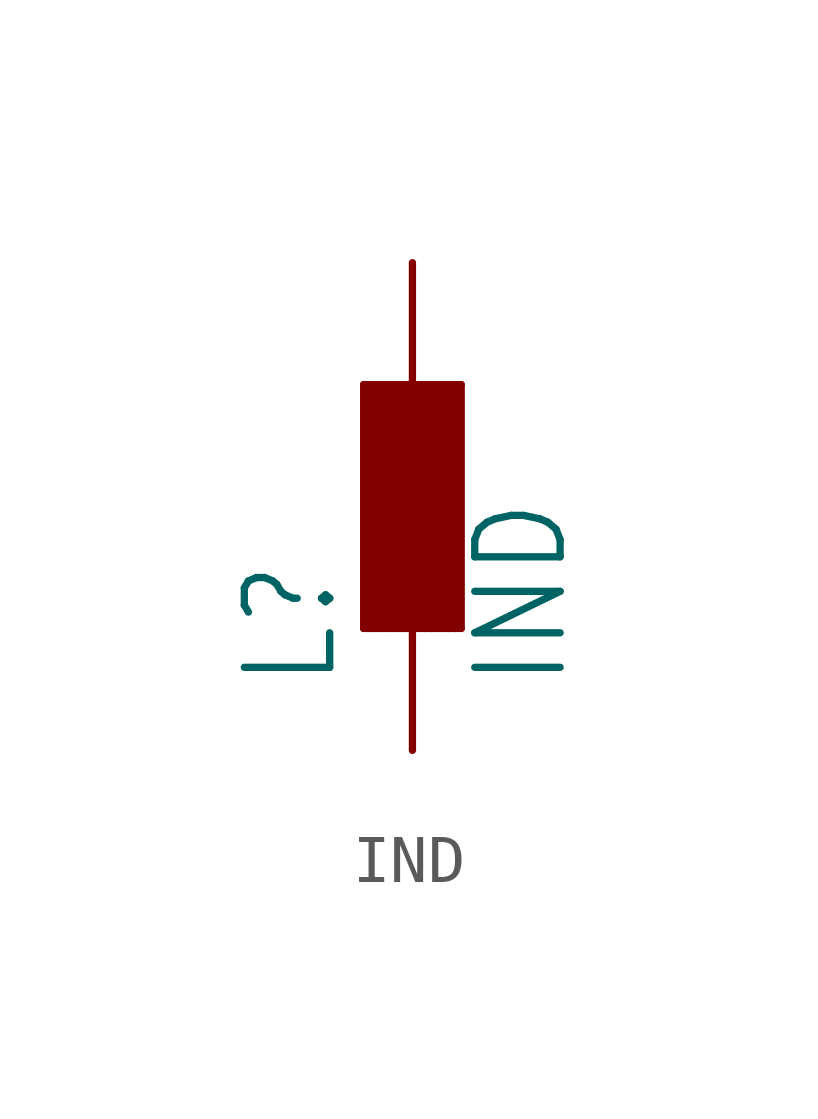
<source format=kicad_sym>
(kicad_symbol_lib
  (version 20211014)
  (generator kicad_symbol_editor)
  (symbol "IND"
    (property "Reference" "L"
      (at -1.499 -3.81 90)
      (effects (font (size 1.778 1.511)) (justify left bottom)))
    (property "Value" "IND"
      (at 3.302 -3.81 90)
      (effects (font (size 1.778 1.511)) (justify left bottom)))
    (property "ki_locked" ""
      (at 0 0 0)
      (effects (font (size 1.27 1.27))))
    (symbol "IND_1_0"
      (polyline (pts (xy -1.016 2.54) (xy -1.016 -2.54)) (stroke (width 0.152) (type default) (color 0 0 0 0)) (fill (type none)))
      (polyline (pts (xy -1.016 2.54) (xy -0.889 2.54)) (stroke (width 0.152) (type default) (color 0 0 0 0)) (fill (type none)))
      (polyline (pts (xy -0.889 -2.54) (xy -1.016 -2.54)) (stroke (width 0.152) (type default) (color 0 0 0 0)) (fill (type none)))
      (polyline (pts (xy -0.889 2.54) (xy -0.889 -2.54)) (stroke (width 0.152) (type default) (color 0 0 0 0)) (fill (type none)))
      (polyline (pts (xy -0.889 2.54) (xy -0.762 2.54)) (stroke (width 0.152) (type default) (color 0 0 0 0)) (fill (type none)))
      (polyline (pts (xy -0.762 -2.54) (xy -0.889 -2.54)) (stroke (width 0.152) (type default) (color 0 0 0 0)) (fill (type none)))
      (polyline (pts (xy -0.762 2.54) (xy -0.762 -2.54)) (stroke (width 0.152) (type default) (color 0 0 0 0)) (fill (type none)))
      (polyline (pts (xy -0.762 2.54) (xy -0.635 2.54)) (stroke (width 0.152) (type default) (color 0 0 0 0)) (fill (type none)))
      (polyline (pts (xy -0.635 -2.54) (xy -0.762 -2.54)) (stroke (width 0.152) (type default) (color 0 0 0 0)) (fill (type none)))
      (polyline (pts (xy -0.635 2.54) (xy -0.635 -2.54)) (stroke (width 0.152) (type default) (color 0 0 0 0)) (fill (type none)))
      (polyline (pts (xy -0.635 2.54) (xy -0.508 2.54)) (stroke (width 0.152) (type default) (color 0 0 0 0)) (fill (type none)))
      (polyline (pts (xy -0.508 -2.54) (xy -0.635 -2.54)) (stroke (width 0.152) (type default) (color 0 0 0 0)) (fill (type none)))
      (polyline (pts (xy -0.508 2.54) (xy -0.508 -2.54)) (stroke (width 0.152) (type default) (color 0 0 0 0)) (fill (type none)))
      (polyline (pts (xy -0.508 2.54) (xy -0.381 2.54)) (stroke (width 0.152) (type default) (color 0 0 0 0)) (fill (type none)))
      (polyline (pts (xy -0.381 -2.54) (xy -0.508 -2.54)) (stroke (width 0.152) (type default) (color 0 0 0 0)) (fill (type none)))
      (polyline (pts (xy -0.381 2.54) (xy -0.381 -2.54)) (stroke (width 0.152) (type default) (color 0 0 0 0)) (fill (type none)))
      (polyline (pts (xy -0.381 2.54) (xy -0.254 2.54)) (stroke (width 0.152) (type default) (color 0 0 0 0)) (fill (type none)))
      (polyline (pts (xy -0.254 -2.54) (xy -0.381 -2.54)) (stroke (width 0.152) (type default) (color 0 0 0 0)) (fill (type none)))
      (polyline (pts (xy -0.254 2.54) (xy -0.254 -2.54)) (stroke (width 0.152) (type default) (color 0 0 0 0)) (fill (type none)))
      (polyline (pts (xy -0.254 2.54) (xy -0.127 2.54)) (stroke (width 0.152) (type default) (color 0 0 0 0)) (fill (type none)))
      (polyline (pts (xy -0.127 -2.54) (xy -0.254 -2.54)) (stroke (width 0.152) (type default) (color 0 0 0 0)) (fill (type none)))
      (polyline (pts (xy -0.127 2.54) (xy -0.127 -2.54)) (stroke (width 0.152) (type default) (color 0 0 0 0)) (fill (type none)))
      (polyline (pts (xy -0.127 2.54) (xy 0 2.54)) (stroke (width 0.152) (type default) (color 0 0 0 0)) (fill (type none)))
      (polyline (pts (xy 0 -2.54) (xy -0.127 -2.54)) (stroke (width 0.152) (type default) (color 0 0 0 0)) (fill (type none)))
      (polyline (pts (xy 0 2.54) (xy 0 -2.54)) (stroke (width 0.152) (type default) (color 0 0 0 0)) (fill (type none)))
      (polyline (pts (xy 0 2.54) (xy 0.127 2.54)) (stroke (width 0.152) (type default) (color 0 0 0 0)) (fill (type none)))
      (polyline (pts (xy 0.127 -2.54) (xy 0 -2.54)) (stroke (width 0.152) (type default) (color 0 0 0 0)) (fill (type none)))
      (polyline (pts (xy 0.127 2.54) (xy 0.127 -2.54)) (stroke (width 0.152) (type default) (color 0 0 0 0)) (fill (type none)))
      (polyline (pts (xy 0.127 2.54) (xy 0.254 2.54)) (stroke (width 0.152) (type default) (color 0 0 0 0)) (fill (type none)))
      (polyline (pts (xy 0.254 -2.54) (xy 0.127 -2.54)) (stroke (width 0.152) (type default) (color 0 0 0 0)) (fill (type none)))
      (polyline (pts (xy 0.254 2.54) (xy 0.254 -2.54)) (stroke (width 0.152) (type default) (color 0 0 0 0)) (fill (type none)))
      (polyline (pts (xy 0.254 2.54) (xy 0.381 2.54)) (stroke (width 0.152) (type default) (color 0 0 0 0)) (fill (type none)))
      (polyline (pts (xy 0.381 -2.54) (xy 0.254 -2.54)) (stroke (width 0.152) (type default) (color 0 0 0 0)) (fill (type none)))
      (polyline (pts (xy 0.381 2.54) (xy 0.381 -2.54)) (stroke (width 0.152) (type default) (color 0 0 0 0)) (fill (type none)))
      (polyline (pts (xy 0.381 2.54) (xy 0.508 2.54)) (stroke (width 0.152) (type default) (color 0 0 0 0)) (fill (type none)))
      (polyline (pts (xy 0.508 -2.54) (xy 0.381 -2.54)) (stroke (width 0.152) (type default) (color 0 0 0 0)) (fill (type none)))
      (polyline (pts (xy 0.508 2.54) (xy 0.508 -2.54)) (stroke (width 0.152) (type default) (color 0 0 0 0)) (fill (type none)))
      (polyline (pts (xy 0.508 2.54) (xy 0.635 2.54)) (stroke (width 0.152) (type default) (color 0 0 0 0)) (fill (type none)))
      (polyline (pts (xy 0.635 -2.54) (xy 0.508 -2.54)) (stroke (width 0.152) (type default) (color 0 0 0 0)) (fill (type none)))
      (polyline (pts (xy 0.635 2.54) (xy 0.635 -2.54)) (stroke (width 0.152) (type default) (color 0 0 0 0)) (fill (type none)))
      (polyline (pts (xy 0.635 2.54) (xy 0.762 2.54)) (stroke (width 0.152) (type default) (color 0 0 0 0)) (fill (type none)))
      (polyline (pts (xy 0.762 -2.54) (xy 0.635 -2.54)) (stroke (width 0.152) (type default) (color 0 0 0 0)) (fill (type none)))
      (polyline (pts (xy 0.762 2.54) (xy 0.762 -2.54)) (stroke (width 0.152) (type default) (color 0 0 0 0)) (fill (type none)))
      (polyline (pts (xy 0.762 2.54) (xy 0.889 2.54)) (stroke (width 0.152) (type default) (color 0 0 0 0)) (fill (type none)))
      (polyline (pts (xy 0.889 -2.54) (xy 0.762 -2.54)) (stroke (width 0.152) (type default) (color 0 0 0 0)) (fill (type none)))
      (polyline (pts (xy 0.889 2.54) (xy 0.889 -2.54)) (stroke (width 0.152) (type default) (color 0 0 0 0)) (fill (type none)))
      (polyline (pts (xy 0.889 2.54) (xy 1.016 2.54)) (stroke (width 0.152) (type default) (color 0 0 0 0)) (fill (type none)))
      (polyline (pts (xy 1.016 -2.54) (xy 0.889 -2.54)) (stroke (width 0.152) (type default) (color 0 0 0 0)) (fill (type none)))
      (polyline (pts (xy 1.016 2.54) (xy 1.016 -2.54)) (stroke (width 0.152) (type default) (color 0 0 0 0)) (fill (type none)))
      (pin passive line (at 0 5.08 270) (length 2.54) (name "1" (effects (font (size 0 0)))) (number "1" (effects (font (size 0 0)))))
      (pin passive line (at 0 -5.08 90) (length 2.54) (name "2" (effects (font (size 0 0)))) (number "2" (effects (font (size 0 0))))))))
</source>
